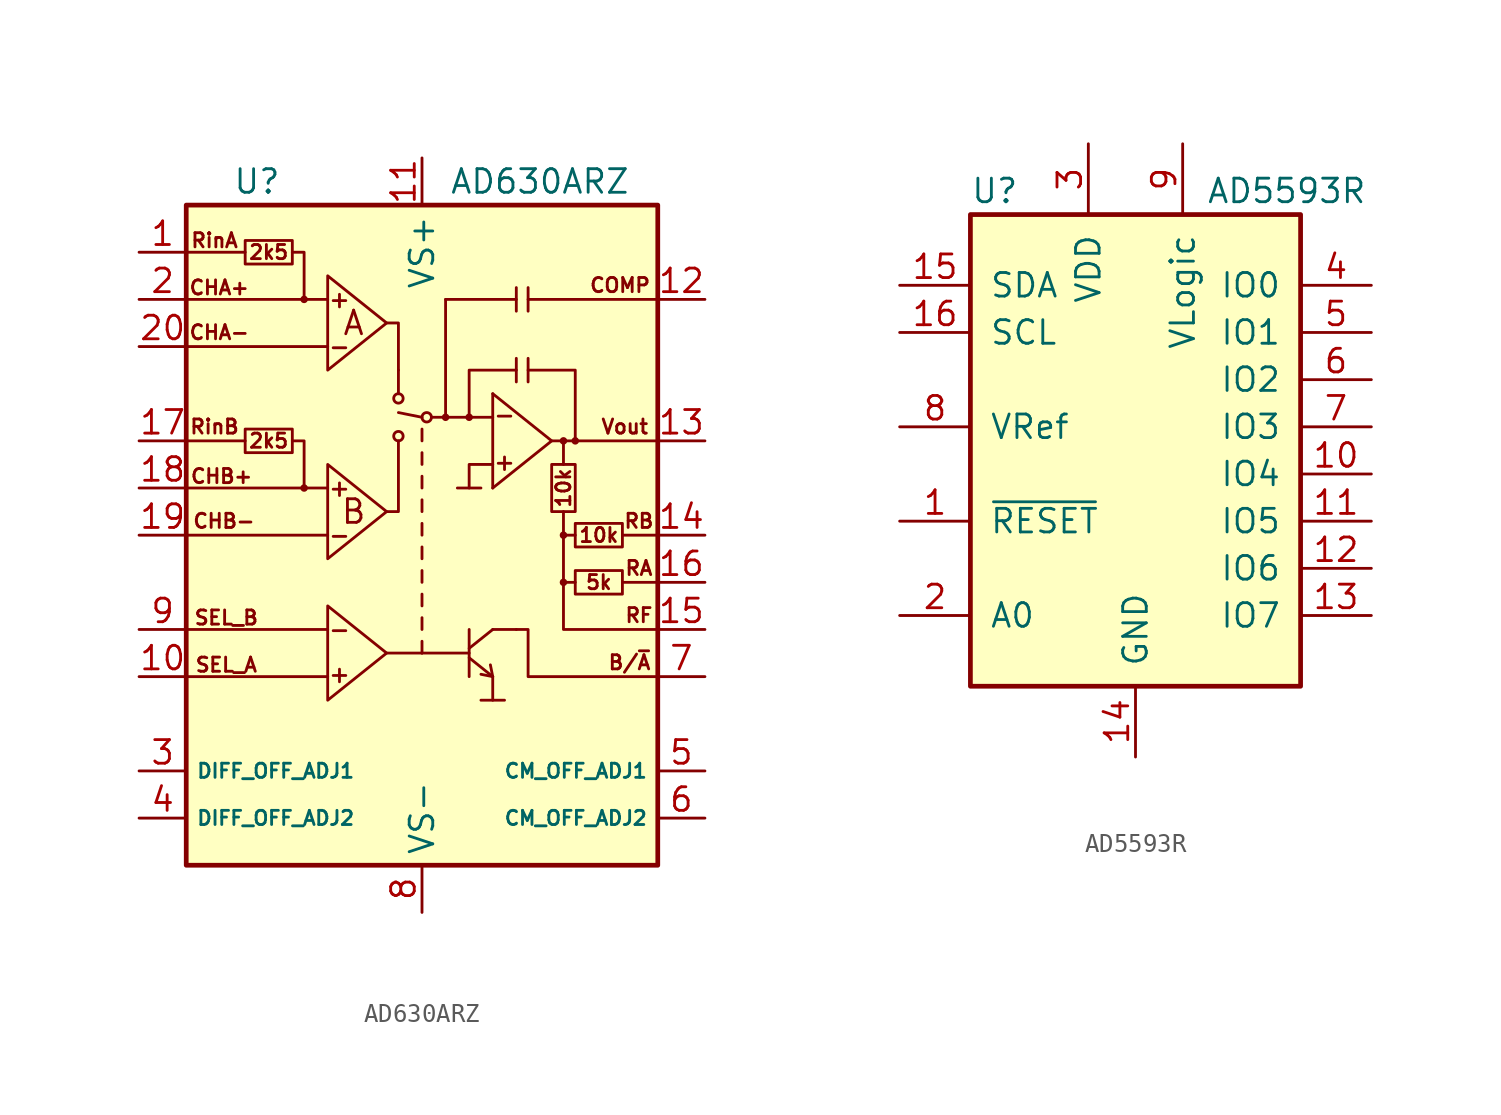
<source format=kicad_sym>
(kicad_symbol_lib
  (version 20201005)
  (generator kicad_symbol_editor)
  (symbol "AD630ARZ"
    (property "Reference" "U"
      (at -8.89 19.05 0)
      (effects (font (size 1.27 1.27))))
    (property "Value" "AD630ARZ"
      (at 6.35 19.05 0)
      (effects (font (size 1.27 1.27))))
    (symbol "AD630ARZ_0_0"
      (text "+" (at -4.445 -7.493 0) (effects (font (size 0.889 0.889))))
      (text "+" (at -4.445 2.54 0) (effects (font (size 0.889 0.889))))
      (text "+" (at -4.445 12.7 0) (effects (font (size 0.889 0.889))))
      (text "+" (at 4.445 3.937 0) (effects (font (size 0.889 0.889))))
      (text "-" (at -4.445 -5.08 0) (effects (font (size 0.889 0.889))))
      (text "-" (at -4.445 0 0) (effects (font (size 0.889 0.889))))
      (text "-" (at -4.445 10.16 0) (effects (font (size 0.889 0.889))))
      (text "-" (at 4.445 6.477 0) (effects (font (size 0.889 0.889))))
      (text "10k" (at 7.62 2.54 900) (effects (font (size 0.762 0.762))))
      (text "10k" (at 9.525 0 0) (effects (font (size 0.762 0.762))))
      (text "2k5" (at -8.255 5.08 0) (effects (font (size 0.762 0.762))))
      (text "2k5" (at -8.255 15.24 0) (effects (font (size 0.762 0.762))))
      (text "5k" (at 9.525 -2.54 0) (effects (font (size 0.762 0.762))))
      (text "A" (at -3.683 11.43 0) (effects (font (size 1.27 1.27))))
      (text "B" (at -3.683 1.27 0) (effects (font (size 1.27 1.27))))
      (text "B/~A" (at 11.176 -6.858 0) (effects (font (size 0.762 0.762))))
      (text "CHA+" (at -10.922 13.335 0) (effects (font (size 0.762 0.762))))
      (text "CHA-" (at -10.922 10.922 0) (effects (font (size 0.762 0.762))))
      (text "CHB+" (at -10.795 3.175 0) (effects (font (size 0.762 0.762))))
      (text "CHB-" (at -10.668 0.762 0) (effects (font (size 0.762 0.762))))
      (text "COMP" (at 10.668 13.462 0) (effects (font (size 0.762 0.762))))
      (text "RA" (at 11.684 -1.778 0) (effects (font (size 0.762 0.762))))
      (text "RB" (at 11.684 0.762 0) (effects (font (size 0.762 0.762))))
      (text "RF" (at 11.684 -4.318 0) (effects (font (size 0.762 0.762))))
      (text "RinA" (at -11.176 15.875 0) (effects (font (size 0.762 0.762))))
      (text "RinB" (at -11.176 5.842 0) (effects (font (size 0.762 0.762))))
      (text "SEL_A" (at -10.541 -6.985 0) (effects (font (size 0.762 0.762))))
      (text "SEL_B" (at -10.541 -4.445 0) (effects (font (size 0.762 0.762))))
      (text "Vout" (at 10.922 5.842 0) (effects (font (size 0.762 0.762)))))
    (symbol "AD630ARZ_0_1"
      (circle (center -6.35 2.54) (radius 0.127) (stroke (width 0)) (fill (type none)))
      (circle (center -6.35 12.7) (radius 0.127) (stroke (width 0)) (fill (type none)))
      (circle (center -1.27 5.334) (radius 0.254) (stroke (width 0)) (fill (type none)))
      (circle (center -1.27 7.366) (radius 0.254) (stroke (width 0)) (fill (type none)))
      (circle (center 0.254 6.35) (radius 0.254) (stroke (width 0)) (fill (type none)))
      (circle (center 1.27 6.35) (radius 0.127) (stroke (width 0)) (fill (type none)))
      (circle (center 2.54 6.35) (radius 0.127) (stroke (width 0)) (fill (type none)))
      (circle (center 7.62 -2.54) (radius 0.127) (stroke (width 0)) (fill (type none)))
      (circle (center 7.62 0) (radius 0.127) (stroke (width 0)) (fill (type none)))
      (circle (center 7.62 5.08) (radius 0.127) (stroke (width 0)) (fill (type none)))
      (circle (center 8.255 5.08) (radius 0.127) (stroke (width 0)) (fill (type none)))
      (rectangle (start -12.7 17.78) (end 12.7 -17.78) (stroke (width 0.254)) (fill (type background)))
      (polyline (pts (xy -12.7 -7.62) (xy -5.08 -7.62)) (stroke (width 0)) (fill (type none)))
      (polyline (pts (xy -12.7 -5.08) (xy -5.08 -5.08)) (stroke (width 0)) (fill (type none)))
      (polyline (pts (xy -12.7 0) (xy -5.08 0)) (stroke (width 0)) (fill (type none)))
      (polyline (pts (xy -12.7 5.08) (xy -9.525 5.08)) (stroke (width 0)) (fill (type none)))
      (polyline (pts (xy -12.7 10.16) (xy -5.08 10.16)) (stroke (width 0)) (fill (type none)))
      (polyline (pts (xy -12.7 15.24) (xy -9.525 15.24)) (stroke (width 0)) (fill (type none)))
      (polyline (pts (xy -6.35 12.7) (xy -5.08 12.7)) (stroke (width 0)) (fill (type none)))
      (polyline (pts (xy -1.905 -6.35) (xy 0 -6.35)) (stroke (width 0)) (fill (type none)))
      (polyline (pts (xy -1.27 8.89) (xy -1.27 7.62)) (stroke (width 0)) (fill (type none)))
      (polyline (pts (xy 0 -6.35) (xy 2.54 -6.35)) (stroke (width 0)) (fill (type none)))
      (polyline (pts (xy 0 -5.715) (xy 0 -6.35)) (stroke (width 0)) (fill (type none)))
      (polyline (pts (xy 0 -4.445) (xy 0 -5.08)) (stroke (width 0)) (fill (type none)))
      (polyline (pts (xy 0 -3.175) (xy 0 -3.81)) (stroke (width 0)) (fill (type none)))
      (polyline (pts (xy 0 -1.905) (xy 0 -2.54)) (stroke (width 0)) (fill (type none)))
      (polyline (pts (xy 0 -0.635) (xy 0 -1.27)) (stroke (width 0)) (fill (type none)))
      (polyline (pts (xy 0 0.635) (xy 0 0)) (stroke (width 0)) (fill (type none)))
      (polyline (pts (xy 0 1.905) (xy 0 1.27)) (stroke (width 0)) (fill (type none)))
      (polyline (pts (xy 0 3.175) (xy 0 2.54)) (stroke (width 0)) (fill (type none)))
      (polyline (pts (xy 0 4.445) (xy 0 3.81)) (stroke (width 0)) (fill (type none)))
      (polyline (pts (xy 0 5.715) (xy 0 5.08)) (stroke (width 0)) (fill (type none)))
      (polyline (pts (xy 0 6.35) (xy -1.27 6.604)) (stroke (width 0)) (fill (type none)))
      (polyline (pts (xy 1.27 6.35) (xy 0.508 6.35)) (stroke (width 0)) (fill (type none)))
      (polyline (pts (xy 1.27 6.35) (xy 1.27 12.7)) (stroke (width 0)) (fill (type none)))
      (polyline (pts (xy 1.27 6.35) (xy 3.81 6.35)) (stroke (width 0)) (fill (type none)))
      (polyline (pts (xy 1.905 2.54) (xy 3.175 2.54)) (stroke (width 0)) (fill (type none)))
      (polyline (pts (xy 2.54 -6.604) (xy 3.81 -7.62)) (stroke (width 0)) (fill (type none)))
      (polyline (pts (xy 2.54 -6.096) (xy 3.81 -5.08)) (stroke (width 0)) (fill (type none)))
      (polyline (pts (xy 2.54 -5.08) (xy 2.54 -7.62)) (stroke (width 0)) (fill (type none)))
      (polyline (pts (xy 3.81 -8.89) (xy 4.445 -8.89)) (stroke (width 0)) (fill (type none)))
      (polyline (pts (xy 3.81 -5.08) (xy 5.08 -5.08)) (stroke (width 0)) (fill (type none)))
      (polyline (pts (xy 3.81 7.62) (xy 3.81 2.54)) (stroke (width 0)) (fill (type none)))
      (polyline (pts (xy 5.08 9.525) (xy 5.08 8.255)) (stroke (width 0)) (fill (type none)))
      (polyline (pts (xy 5.08 12.065) (xy 5.08 12.7)) (stroke (width 0)) (fill (type none)))
      (polyline (pts (xy 5.715 9.525) (xy 5.715 8.255)) (stroke (width 0)) (fill (type none)))
      (polyline (pts (xy 5.715 12.7) (xy 12.7 12.7)) (stroke (width 0)) (fill (type none)))
      (polyline (pts (xy 5.715 13.335) (xy 5.715 12.065)) (stroke (width 0)) (fill (type none)))
      (polyline (pts (xy 7.62 1.27) (xy 7.62 -2.54)) (stroke (width 0)) (fill (type none)))
      (polyline (pts (xy 7.62 5.08) (xy 12.7 5.08)) (stroke (width 0)) (fill (type none)))
      (polyline (pts (xy 8.255 -2.54) (xy 7.62 -2.54)) (stroke (width 0)) (fill (type none)))
      (polyline (pts (xy 8.255 0) (xy 7.62 0)) (stroke (width 0)) (fill (type none)))
      (polyline (pts (xy 10.795 -2.54) (xy 12.7 -2.54)) (stroke (width 0)) (fill (type none)))
      (polyline (pts (xy 10.795 0) (xy 12.7 0)) (stroke (width 0)) (fill (type none)))
      (polyline (pts (xy -6.35 2.54) (xy -5.715 2.54) (xy -5.08 2.54)) (stroke (width 0)) (fill (type none)))
      (polyline (pts (xy -1.905 1.27) (xy -1.27 1.27) (xy -1.27 5.08)) (stroke (width 0)) (fill (type none)))
      (polyline (pts (xy -1.905 11.43) (xy -1.27 11.43) (xy -1.27 8.89)) (stroke (width 0)) (fill (type none)))
      (polyline (pts (xy 1.27 12.7) (xy 5.08 12.7) (xy 5.08 13.335)) (stroke (width 0)) (fill (type none)))
      (polyline (pts (xy 2.54 6.35) (xy 2.54 8.89) (xy 5.08 8.89)) (stroke (width 0)) (fill (type none)))
      (polyline (pts (xy 3.683 -6.985) (xy 3.81 -7.62) (xy 3.175 -7.493)) (stroke (width 0)) (fill (type none)))
      (polyline (pts (xy 3.81 -7.62) (xy 3.81 -8.89) (xy 3.175 -8.89)) (stroke (width 0)) (fill (type none)))
      (polyline (pts (xy 3.81 3.81) (xy 2.54 3.81) (xy 2.54 2.54)) (stroke (width 0)) (fill (type none)))
      (polyline (pts (xy 3.81 7.62) (xy 6.985 5.08) (xy 3.81 2.54)) (stroke (width 0)) (fill (type none)))
      (polyline (pts (xy 5.715 8.89) (xy 8.255 8.89) (xy 8.255 5.08)) (stroke (width 0)) (fill (type none)))
      (polyline (pts (xy 7.62 -2.54) (xy 7.62 -5.08) (xy 12.7 -5.08)) (stroke (width 0)) (fill (type none)))
      (polyline (pts (xy 7.62 3.81) (xy 7.62 5.08) (xy 6.985 5.08)) (stroke (width 0)) (fill (type none)))
      (polyline (pts (xy -6.985 5.08) (xy -6.35 5.08) (xy -6.35 2.54) (xy -12.7 2.54)) (stroke (width 0)) (fill (type none)))
      (polyline (pts (xy -6.985 15.24) (xy -6.35 15.24) (xy -6.35 12.7) (xy -12.7 12.7)) (stroke (width 0)) (fill (type none)))
      (polyline (pts (xy -5.08 -3.81) (xy -5.08 -8.89) (xy -1.905 -6.35) (xy -5.08 -3.81)) (stroke (width 0)) (fill (type none)))
      (polyline (pts (xy -5.08 3.81) (xy -5.08 -1.27) (xy -1.905 1.27) (xy -5.08 3.81)) (stroke (width 0)) (fill (type none)))
      (polyline (pts (xy -5.08 13.97) (xy -5.08 8.89) (xy -1.905 11.43) (xy -5.08 13.97)) (stroke (width 0)) (fill (type none)))
      (polyline (pts (xy 5.08 -5.08) (xy 5.715 -5.08) (xy 5.715 -7.62) (xy 12.7 -7.62)) (stroke (width 0)) (fill (type none)))
      (polyline (pts (xy -9.525 5.715) (xy -9.525 4.445) (xy -6.985 4.445) (xy -6.985 5.715) (xy -9.525 5.715)) (stroke (width 0)) (fill (type none)))
      (polyline (pts (xy -9.525 15.875) (xy -9.525 14.605) (xy -6.985 14.605) (xy -6.985 15.875) (xy -9.525 15.875)) (stroke (width 0)) (fill (type none)))
      (polyline (pts (xy 6.985 3.81) (xy 8.255 3.81) (xy 8.255 1.27) (xy 6.985 1.27) (xy 6.985 3.81)) (stroke (width 0)) (fill (type none)))
      (polyline (pts (xy 8.255 -1.905) (xy 8.255 -3.175) (xy 10.795 -3.175) (xy 10.795 -1.905) (xy 8.255 -1.905)) (stroke (width 0)) (fill (type none)))
      (polyline (pts (xy 8.255 0.635) (xy 8.255 -0.635) (xy 10.795 -0.635) (xy 10.795 0.635) (xy 8.255 0.635)) (stroke (width 0)) (fill (type none))))
    (symbol "AD630ARZ_1_1"
      (pin input line (at -15.24 15.24 0) (length 2.54) (name "RinA" (effects (font (size 0 0)))) (number "1" (effects (font (size 1.27 1.27)))))
      (pin input line (at -15.24 -7.62 0) (length 2.54) (name "SEL_A" (effects (font (size 0 0)))) (number "10" (effects (font (size 1.27 1.27)))))
      (pin power_in line (at 0 20.32 270) (length 2.54) (name "VS+" (effects (font (size 1.27 1.27)))) (number "11" (effects (font (size 1.27 1.27)))))
      (pin passive line (at 15.24 12.7 180) (length 2.54) (name "COMP" (effects (font (size 0 0)))) (number "12" (effects (font (size 1.27 1.27)))))
      (pin output line (at 15.24 5.08 180) (length 2.54) (name "Vout" (effects (font (size 0 0)))) (number "13" (effects (font (size 1.27 1.27)))))
      (pin output line (at 15.24 0 180) (length 2.54) (name "RB" (effects (font (size 0 0)))) (number "14" (effects (font (size 1.27 1.27)))))
      (pin output line (at 15.24 -5.08 180) (length 2.54) (name "RF" (effects (font (size 0 0)))) (number "15" (effects (font (size 1.27 1.27)))))
      (pin output line (at 15.24 -2.54 180) (length 2.54) (name "RA" (effects (font (size 0 0)))) (number "16" (effects (font (size 1.27 1.27)))))
      (pin input line (at -15.24 5.08 0) (length 2.54) (name "RinB" (effects (font (size 0 0)))) (number "17" (effects (font (size 1.27 1.27)))))
      (pin input line (at -15.24 2.54 0) (length 2.54) (name "CHB+" (effects (font (size 0 0)))) (number "18" (effects (font (size 1.27 1.27)))))
      (pin input line (at -15.24 0 0) (length 2.54) (name "CHB-" (effects (font (size 0 0)))) (number "19" (effects (font (size 1.27 1.27)))))
      (pin input line (at -15.24 12.7 0) (length 2.54) (name "CHA+" (effects (font (size 0 0)))) (number "2" (effects (font (size 1.27 1.27)))))
      (pin input line (at -15.24 10.16 0) (length 2.54) (name "CHA-" (effects (font (size 0 0)))) (number "20" (effects (font (size 1.27 1.27)))))
      (pin passive line (at -15.24 -12.7 0) (length 2.54) (name "DIFF_OFF_ADJ1" (effects (font (size 0.762 0.762)))) (number "3" (effects (font (size 1.27 1.27)))))
      (pin passive line (at -15.24 -15.24 0) (length 2.54) (name "DIFF_OFF_ADJ2" (effects (font (size 0.762 0.762)))) (number "4" (effects (font (size 1.27 1.27)))))
      (pin passive line (at 15.24 -12.7 180) (length 2.54) (name "CM_OFF_ADJ1" (effects (font (size 0.762 0.762)))) (number "5" (effects (font (size 1.27 1.27)))))
      (pin passive line (at 15.24 -15.24 180) (length 2.54) (name "CM_OFF_ADJ2" (effects (font (size 0.762 0.762)))) (number "6" (effects (font (size 1.27 1.27)))))
      (pin open_collector line (at 15.24 -7.62 180) (length 2.54) (name "B/~A" (effects (font (size 0 0)))) (number "7" (effects (font (size 1.27 1.27)))))
      (pin power_in line (at 0 -20.32 90) (length 2.54) (name "VS-" (effects (font (size 1.27 1.27)))) (number "8" (effects (font (size 1.27 1.27)))))
      (pin input line (at -15.24 -5.08 0) (length 2.54) (name "SEL_B" (effects (font (size 0 0)))) (number "9" (effects (font (size 1.27 1.27)))))))
  (symbol "AD5593R"
    (pin_names
      (offset 1.016))
    (property "Reference" "U"
      (at -8.89 15.24 0)
      (effects (font (size 1.27 1.27)) (justify left)))
    (property "Value" "AD5593R"
      (at 3.81 15.24 0)
      (effects (font (size 1.27 1.27)) (justify left)))
    (symbol "AD5593R_0_1"
      (rectangle (start -8.89 -11.43) (end 8.89 13.97) (stroke (width 0.254)) (fill (type background))))
    (symbol "AD5593R_1_1"
      (pin input line (at -12.7 -2.54 0) (length 3.81) (name "~RESET" (effects (font (size 1.27 1.27)))) (number "1" (effects (font (size 1.27 1.27)))))
      (pin bidirectional line (at 12.7 0 180) (length 3.81) (name "IO4" (effects (font (size 1.27 1.27)))) (number "10" (effects (font (size 1.27 1.27)))))
      (pin bidirectional line (at 12.7 -2.54 180) (length 3.81) (name "IO5" (effects (font (size 1.27 1.27)))) (number "11" (effects (font (size 1.27 1.27)))))
      (pin bidirectional line (at 12.7 -5.08 180) (length 3.81) (name "IO6" (effects (font (size 1.27 1.27)))) (number "12" (effects (font (size 1.27 1.27)))))
      (pin bidirectional line (at 12.7 -7.62 180) (length 3.81) (name "IO7" (effects (font (size 1.27 1.27)))) (number "13" (effects (font (size 1.27 1.27)))))
      (pin power_in line (at 0 -15.24 90) (length 3.81) (name "GND" (effects (font (size 1.27 1.27)))) (number "14" (effects (font (size 1.27 1.27)))))
      (pin bidirectional line (at -12.7 10.16 0) (length 3.81) (name "SDA" (effects (font (size 1.27 1.27)))) (number "15" (effects (font (size 1.27 1.27)))))
      (pin input line (at -12.7 7.62 0) (length 3.81) (name "SCL" (effects (font (size 1.27 1.27)))) (number "16" (effects (font (size 1.27 1.27)))))
      (pin input line (at -12.7 -7.62 0) (length 3.81) (name "A0" (effects (font (size 1.27 1.27)))) (number "2" (effects (font (size 1.27 1.27)))))
      (pin power_in line (at -2.54 17.78 270) (length 3.81) (name "VDD" (effects (font (size 1.27 1.27)))) (number "3" (effects (font (size 1.27 1.27)))))
      (pin bidirectional line (at 12.7 10.16 180) (length 3.81) (name "IO0" (effects (font (size 1.27 1.27)))) (number "4" (effects (font (size 1.27 1.27)))))
      (pin bidirectional line (at 12.7 7.62 180) (length 3.81) (name "IO1" (effects (font (size 1.27 1.27)))) (number "5" (effects (font (size 1.27 1.27)))))
      (pin bidirectional line (at 12.7 5.08 180) (length 3.81) (name "IO2" (effects (font (size 1.27 1.27)))) (number "6" (effects (font (size 1.27 1.27)))))
      (pin bidirectional line (at 12.7 2.54 180) (length 3.81) (name "IO3" (effects (font (size 1.27 1.27)))) (number "7" (effects (font (size 1.27 1.27)))))
      (pin passive line (at -12.7 2.54 0) (length 3.81) (name "VRef" (effects (font (size 1.27 1.27)))) (number "8" (effects (font (size 1.27 1.27)))))
      (pin power_in line (at 2.54 17.78 270) (length 3.81) (name "VLogic" (effects (font (size 1.27 1.27)))) (number "9" (effects (font (size 1.27 1.27))))))))
</source>
